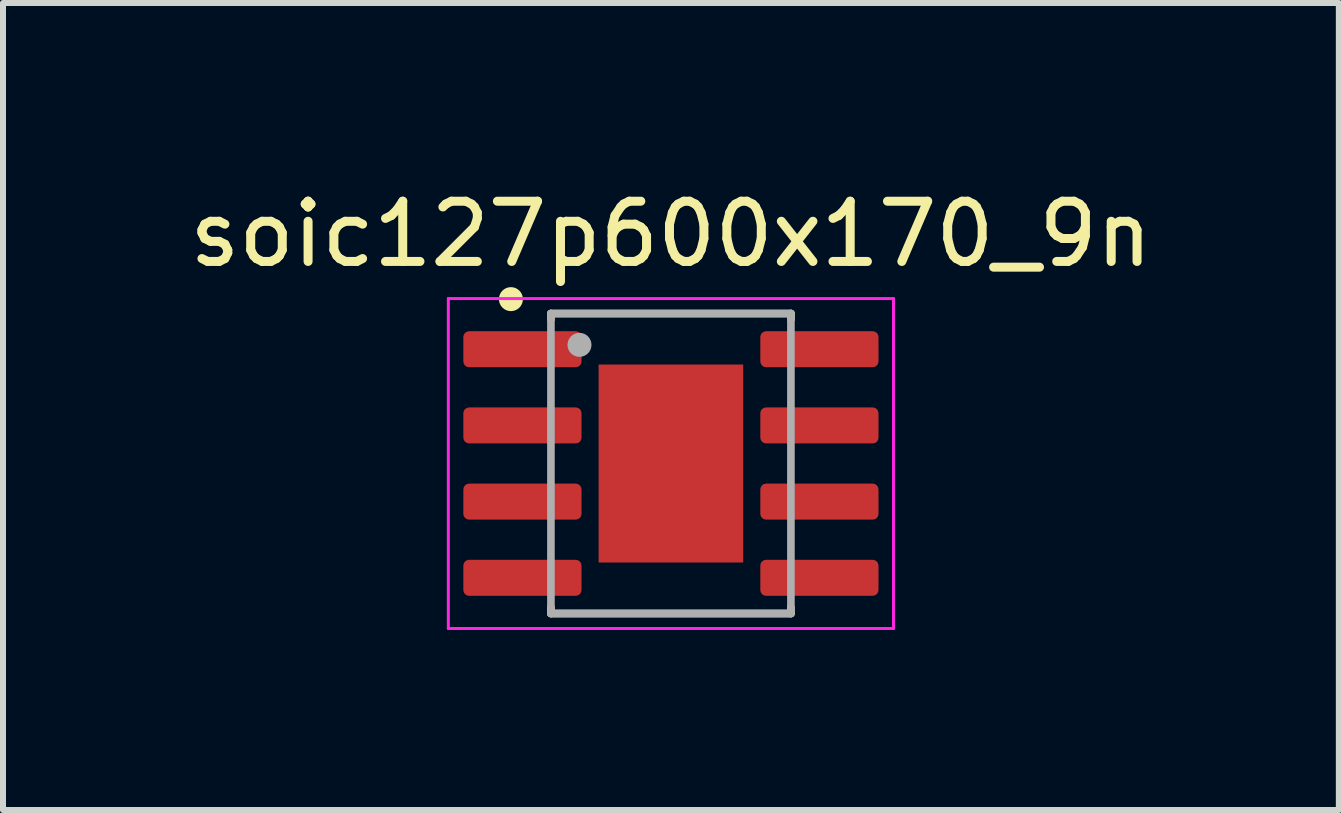
<source format=kicad_pcb>
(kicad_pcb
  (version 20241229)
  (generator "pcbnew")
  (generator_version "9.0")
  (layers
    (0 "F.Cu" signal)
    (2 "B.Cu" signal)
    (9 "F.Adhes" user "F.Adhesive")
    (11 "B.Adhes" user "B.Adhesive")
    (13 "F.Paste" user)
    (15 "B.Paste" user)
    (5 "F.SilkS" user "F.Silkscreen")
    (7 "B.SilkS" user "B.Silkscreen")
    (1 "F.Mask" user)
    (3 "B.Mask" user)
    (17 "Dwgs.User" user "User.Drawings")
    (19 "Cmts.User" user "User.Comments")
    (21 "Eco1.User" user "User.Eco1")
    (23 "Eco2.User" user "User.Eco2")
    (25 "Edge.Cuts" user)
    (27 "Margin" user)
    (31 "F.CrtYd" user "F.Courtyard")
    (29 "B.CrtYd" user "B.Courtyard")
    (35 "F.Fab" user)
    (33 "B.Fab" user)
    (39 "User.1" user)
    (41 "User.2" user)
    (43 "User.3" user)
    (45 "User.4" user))
  (footprint "soic127p600x170_9n"
    (layer "F.Cu")
    (at 8.133 4.676)
    (property "Reference" "soic127p600x170_9n" (at 0.00002 -3.825 0) (layer "F.SilkS") (effects (font (size 1.004 1.004) (thickness 0.15))))
    (attr smd)
    (fp_line (start -2 -2.5) (end -2 -2.4) (stroke (width 0.127) (type solid)) (layer "F.SilkS"))
    (fp_line (start -2 -2.5) (end 2 -2.5) (stroke (width 0.127) (type solid)) (layer "F.SilkS"))
    (fp_line (start -2 2.4) (end -2 2.5) (stroke (width 0.127) (type solid)) (layer "F.SilkS"))
    (fp_line (start -2 2.5) (end 2 2.5) (stroke (width 0.127) (type solid)) (layer "F.SilkS"))
    (fp_line (start 2 -2.5) (end 2 -2.4) (stroke (width 0.127) (type solid)) (layer "F.SilkS"))
    (fp_line (start 2 2.4) (end 2 2.5) (stroke (width 0.127) (type solid)) (layer "F.SilkS"))
    (fp_circle (center -2.667 -2.74) (end -2.567 -2.74) (stroke (width 0.2) (type solid)) (fill no) (layer "F.SilkS"))
    (fp_poly (pts (xy -0.937 0.135) (xy -0.135 0.135) (xy -0.135 1.378) (xy -0.937 1.378)) (stroke (width 0.01) (type solid)) (fill yes) (layer "F.Paste"))
    (fp_poly (pts (xy -0.937 -1.375) (xy -0.135 -1.375) (xy -0.135 -0.135) (xy -0.937 -0.135)) (stroke (width 0.01) (type solid)) (fill yes) (layer "F.Paste"))
    (fp_poly (pts (xy 0.135 0.135) (xy 0.935 0.135) (xy 0.935 1.377) (xy 0.135 1.377)) (stroke (width 0.01) (type solid)) (fill yes) (layer "F.Paste"))
    (fp_poly (pts (xy 0.135 -1.375) (xy 0.935 -1.375) (xy 0.935 -0.135) (xy 0.135 -0.135)) (stroke (width 0.01) (type solid)) (fill yes) (layer "F.Paste"))
    (fp_line (start -3.71 -2.75) (end 3.71 -2.75) (stroke (width 0.05) (type solid)) (layer "F.CrtYd"))
    (fp_line (start -3.71 2.75) (end -3.71 -2.75) (stroke (width 0.05) (type solid)) (layer "F.CrtYd"))
    (fp_line (start 3.71 -2.75) (end 3.71 2.75) (stroke (width 0.05) (type solid)) (layer "F.CrtYd"))
    (fp_line (start 3.71 2.75) (end -3.71 2.75) (stroke (width 0.05) (type solid)) (layer "F.CrtYd"))
    (fp_line (start -2 -2.5) (end 2 -2.5) (stroke (width 0.127) (type solid)) (layer "F.Fab"))
    (fp_line (start -2 2.5) (end -2 -2.5) (stroke (width 0.127) (type solid)) (layer "F.Fab"))
    (fp_line (start 2 -2.5) (end 2 2.5) (stroke (width 0.127) (type solid)) (layer "F.Fab"))
    (fp_line (start 2 2.5) (end -2 2.5) (stroke (width 0.127) (type solid)) (layer "F.Fab"))
    (fp_circle (center -1.524 -1.978) (end -1.424 -1.978) (stroke (width 0.2) (type solid)) (fill no) (layer "F.Fab"))
    (pad "1" smd roundrect (at -2.475 -1.905) (size 1.97 0.6) (layers "F.Cu" "F.Mask" "F.Paste") (roundrect_rratio 0.16))
    (pad "2" smd roundrect (at -2.475 -0.635) (size 1.97 0.6) (layers "F.Cu" "F.Mask" "F.Paste") (roundrect_rratio 0.16))
    (pad "3" smd roundrect (at -2.475 0.635) (size 1.97 0.6) (layers "F.Cu" "F.Mask" "F.Paste") (roundrect_rratio 0.16))
    (pad "4" smd roundrect (at -2.475 1.905) (size 1.97 0.6) (layers "F.Cu" "F.Mask" "F.Paste") (roundrect_rratio 0.16))
    (pad "5" smd roundrect (at 2.475 1.905) (size 1.97 0.6) (layers "F.Cu" "F.Mask" "F.Paste") (roundrect_rratio 0.16))
    (pad "6" smd roundrect (at 2.475 0.635) (size 1.97 0.6) (layers "F.Cu" "F.Mask" "F.Paste") (roundrect_rratio 0.16))
    (pad "7" smd roundrect (at 2.475 -0.635) (size 1.97 0.6) (layers "F.Cu" "F.Mask" "F.Paste") (roundrect_rratio 0.16))
    (pad "8" smd roundrect (at 2.475 -1.905) (size 1.97 0.6) (layers "F.Cu" "F.Mask" "F.Paste") (roundrect_rratio 0.16))
    (pad "9" smd rect (at 0 0) (size 2.41 3.3) (layers "F.Cu" "F.Mask")))
  (gr_rect
    (start -3 -3)
    (end 19.266 10.451)
    (stroke (width 0.1) (type default))
    (fill no)
    (layer "Edge.Cuts")))
</source>
